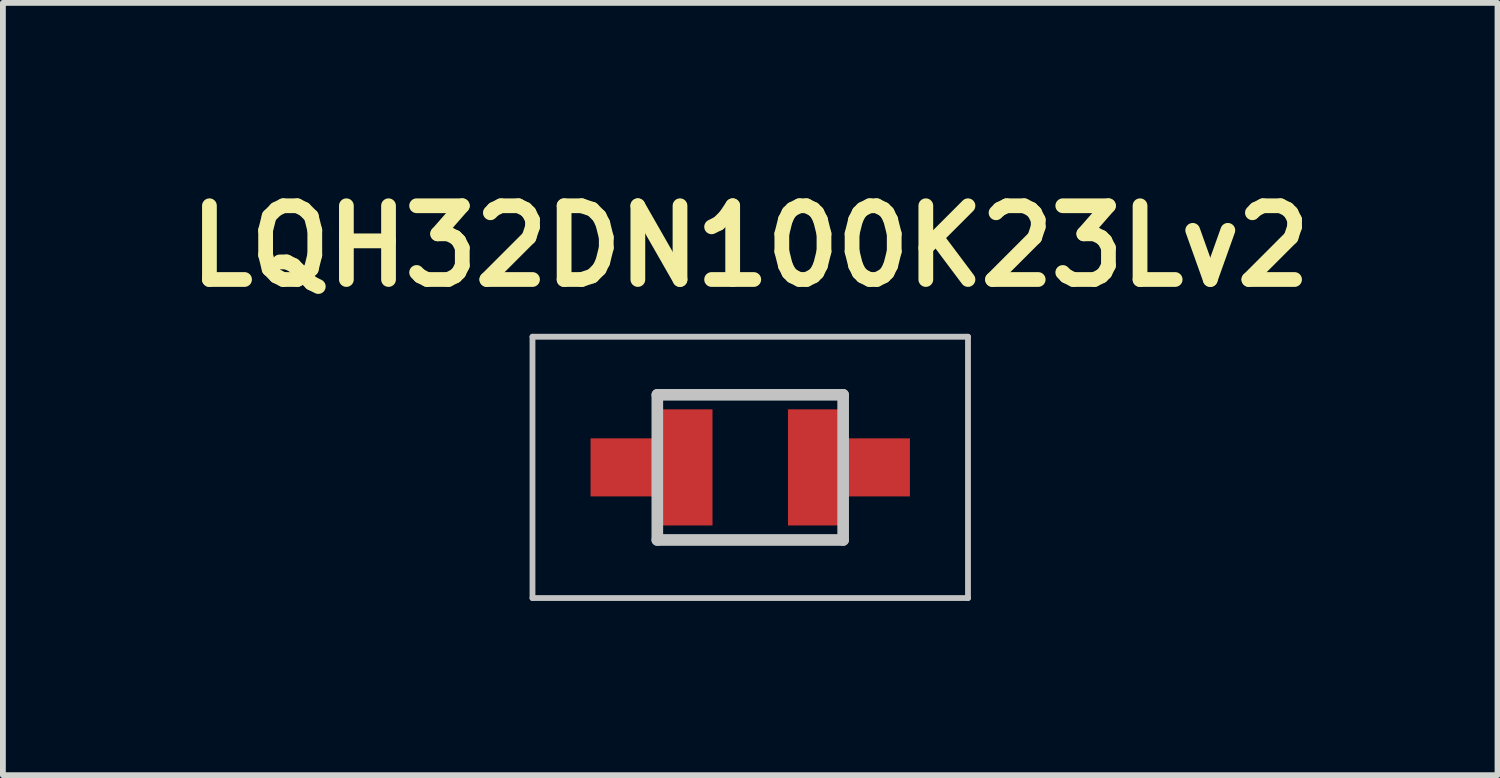
<source format=kicad_pcb>
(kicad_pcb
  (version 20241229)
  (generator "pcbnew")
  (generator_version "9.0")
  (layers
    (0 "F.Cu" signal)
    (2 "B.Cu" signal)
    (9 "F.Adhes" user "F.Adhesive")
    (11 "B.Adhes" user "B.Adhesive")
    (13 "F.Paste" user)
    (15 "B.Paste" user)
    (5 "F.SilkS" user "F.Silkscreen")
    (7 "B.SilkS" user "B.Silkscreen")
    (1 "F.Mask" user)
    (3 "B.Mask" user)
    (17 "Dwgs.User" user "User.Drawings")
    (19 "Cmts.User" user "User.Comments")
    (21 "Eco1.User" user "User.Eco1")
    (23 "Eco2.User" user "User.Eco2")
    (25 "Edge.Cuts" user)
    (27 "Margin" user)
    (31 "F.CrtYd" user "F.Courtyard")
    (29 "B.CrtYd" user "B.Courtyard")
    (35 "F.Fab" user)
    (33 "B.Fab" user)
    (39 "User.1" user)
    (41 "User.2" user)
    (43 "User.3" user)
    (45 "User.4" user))
  (footprint "LQH32DN100K23Lv2"
    (layer "F.Cu")
    (at 9.87 4.999)
    (property "Reference" "LQH32DN100K23Lv2" (at 0 -3.81 0) (layer "F.SilkS") (effects (font (size 1.27 1.27) (thickness 0.254))))
    (attr smd)
    (fp_line (start -1.6 -1.25) (end 1.5 -1.25) (stroke (width 0.1) (type solid)) (layer "F.SilkS"))
    (fp_line (start -1.5 1.25) (end 1.6 1.25) (stroke (width 0.1) (type solid)) (layer "F.SilkS"))
    (fp_line (start -3.75 -2.25) (end 3.75 -2.25) (stroke (width 0.1) (type solid)) (layer "Dwgs.User"))
    (fp_line (start -3.75 2.25) (end -3.75 -2.25) (stroke (width 0.1) (type solid)) (layer "Dwgs.User"))
    (fp_line (start -1.6 -1.25) (end 1.6 -1.25) (stroke (width 0.2) (type solid)) (layer "Dwgs.User"))
    (fp_line (start -1.6 1.25) (end -1.6 -1.25) (stroke (width 0.2) (type solid)) (layer "Dwgs.User"))
    (fp_line (start 1.6 -1.25) (end 1.6 1.25) (stroke (width 0.2) (type solid)) (layer "Dwgs.User"))
    (fp_line (start 1.6 1.25) (end -1.6 1.25) (stroke (width 0.2) (type solid)) (layer "Dwgs.User"))
    (fp_line (start 3.75 -2.25) (end 3.75 2.25) (stroke (width 0.1) (type solid)) (layer "Dwgs.User"))
    (fp_line (start 3.75 2.25) (end -3.75 2.25) (stroke (width 0.1) (type solid)) (layer "Dwgs.User"))
    (pad "1" smd rect (at -1.15 0) (size 1 2) (layers "F.Cu" "F.Mask" "F.Paste"))
    (pad "2" smd rect (at 1.15 0) (size 1 2) (layers "F.Cu" "F.Mask" "F.Paste"))
    (pad "3" smd rect (at -2.2 0 90) (size 1 1.1) (layers "F.Cu" "F.Mask" "F.Paste"))
    (pad "4" smd rect (at 2.2 0 90) (size 1 1.1) (layers "F.Cu" "F.Mask" "F.Paste")))
  (gr_rect
    (start -3 -3)
    (end 22.739 10.299)
    (stroke (width 0.1) (type default))
    (fill no)
    (layer "Edge.Cuts")))
</source>
